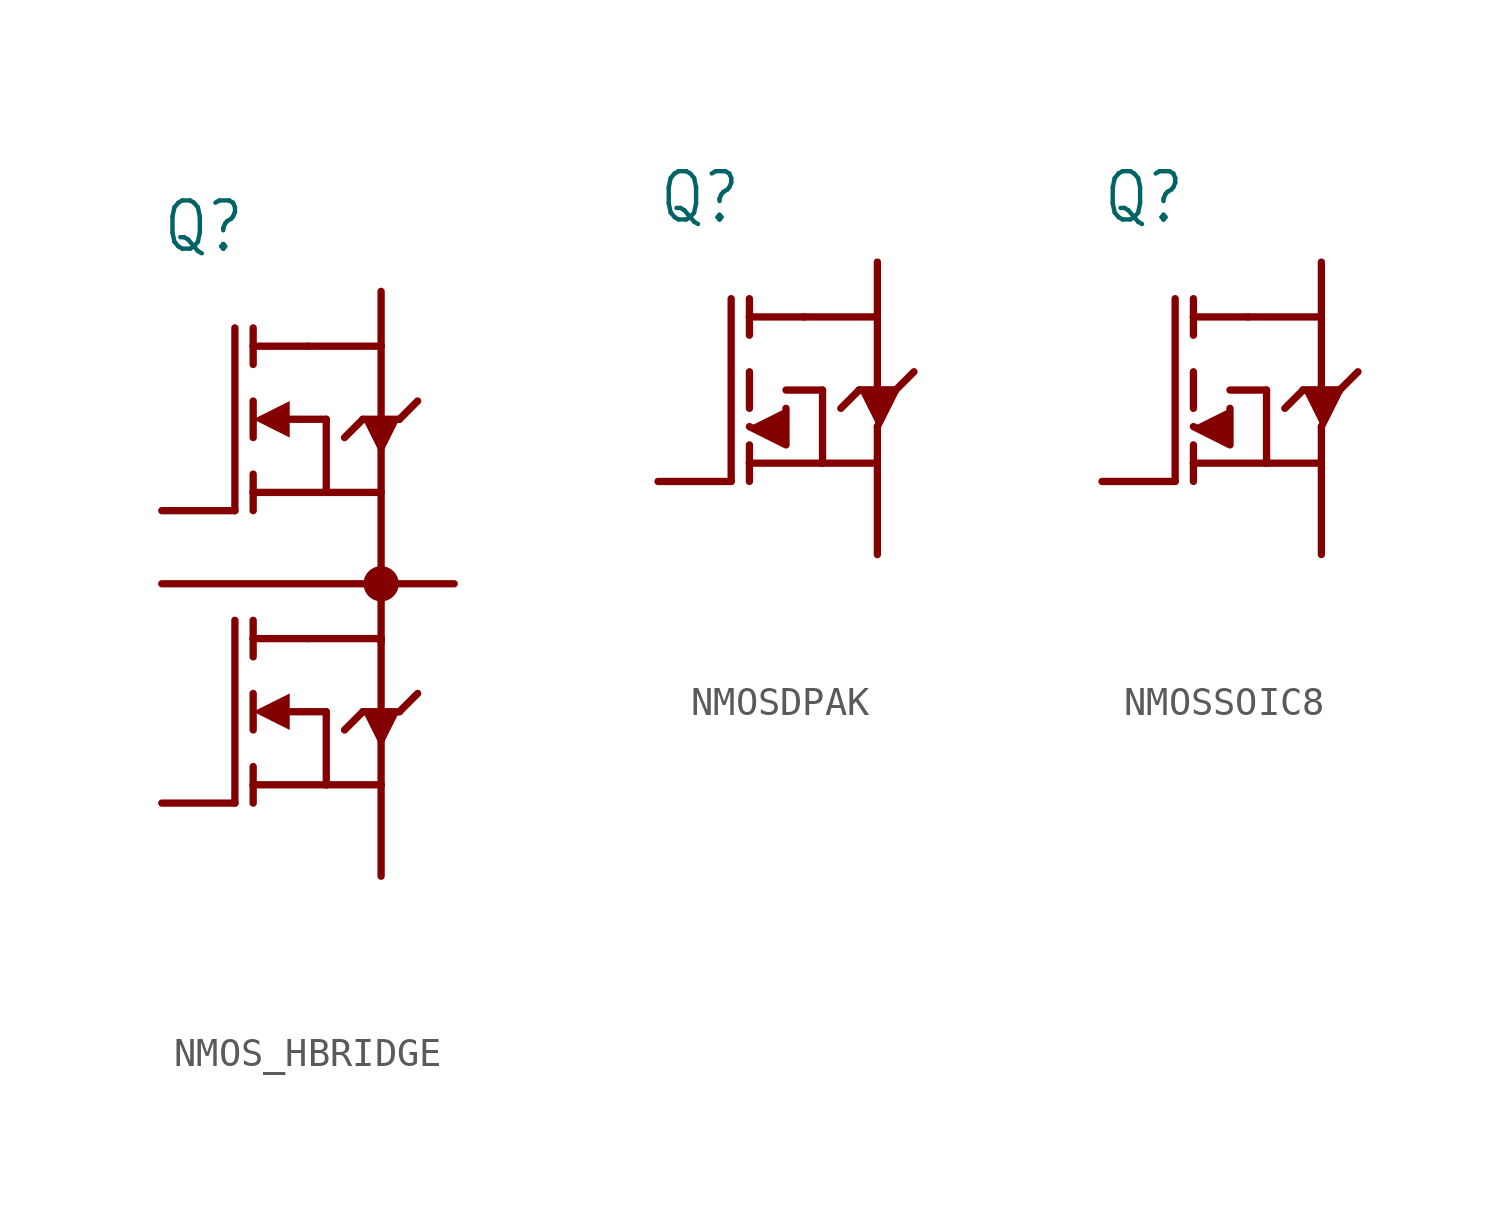
<source format=kicad_sym>
(kicad_symbol_lib
  (version 20241209)
  (generator "kicad_symbol_editor")
  (generator_version "9.0")
  (symbol "NMOS_HBRIDGE"
    (property "Reference" "Q"
      (at -7.62 11.43 0)
      (effects (font (size 1.676 1.425)) (justify left bottom)))
    (property "Value" ""
      (at -7.62 -12.7 0)
      (effects (font (size 1.676 1.425)) (justify left bottom)))
    (property "ki_locked" ""
      (at 0 0 0)
      (effects (font (size 1.27 1.27))))
    (symbol "NMOS_HBRIDGE_1_0"
      (polyline (pts (xy -7.62 0) (xy 2.54 0)) (stroke (width 0.254) (type solid)) (fill (type none)))
      (polyline (pts (xy -5.08 8.89) (xy -5.08 2.54)) (stroke (width 0.254) (type solid)) (fill (type none)))
      (polyline (pts (xy -5.08 2.54) (xy -7.62 2.54)) (stroke (width 0.254) (type solid)) (fill (type none)))
      (polyline (pts (xy -5.08 -1.27) (xy -5.08 -7.62)) (stroke (width 0.254) (type solid)) (fill (type none)))
      (polyline (pts (xy -5.08 -7.62) (xy -7.62 -7.62)) (stroke (width 0.254) (type solid)) (fill (type none)))
      (polyline (pts (xy -4.445 8.89) (xy -4.445 8.255)) (stroke (width 0.254) (type solid)) (fill (type none)))
      (polyline (pts (xy -4.445 8.255) (xy -4.445 7.62)) (stroke (width 0.254) (type solid)) (fill (type none)))
      (polyline (pts (xy -4.445 8.255) (xy -2.54 8.255)) (stroke (width 0.254) (type solid)) (fill (type none)))
      (polyline (pts (xy -4.445 6.35) (xy -4.445 5.08)) (stroke (width 0.254) (type solid)) (fill (type none)))
      (polyline (pts (xy -4.445 5.715) (xy -3.175 5.08) (xy -3.175 6.35)) (stroke (width -0.0001) (type solid)) (fill (type outline)))
      (polyline (pts (xy -4.445 3.81) (xy -4.445 3.175)) (stroke (width 0.254) (type solid)) (fill (type none)))
      (polyline (pts (xy -4.445 3.175) (xy -4.445 2.54)) (stroke (width 0.254) (type solid)) (fill (type none)))
      (polyline (pts (xy -4.445 -1.27) (xy -4.445 -1.905)) (stroke (width 0.254) (type solid)) (fill (type none)))
      (polyline (pts (xy -4.445 -1.905) (xy -4.445 -2.54)) (stroke (width 0.254) (type solid)) (fill (type none)))
      (polyline (pts (xy -4.445 -1.905) (xy -2.54 -1.905)) (stroke (width 0.254) (type solid)) (fill (type none)))
      (polyline (pts (xy -4.445 -3.81) (xy -4.445 -5.08)) (stroke (width 0.254) (type solid)) (fill (type none)))
      (polyline (pts (xy -4.445 -4.445) (xy -3.175 -5.08) (xy -3.175 -3.81)) (stroke (width -0.0001) (type solid)) (fill (type outline)))
      (polyline (pts (xy -4.445 -6.35) (xy -4.445 -6.985)) (stroke (width 0.254) (type solid)) (fill (type none)))
      (polyline (pts (xy -4.445 -6.985) (xy -4.445 -7.62)) (stroke (width 0.254) (type solid)) (fill (type none)))
      (polyline (pts (xy -3.175 5.715) (xy -1.905 5.715)) (stroke (width 0.254) (type solid)) (fill (type none)))
      (polyline (pts (xy -3.175 -4.445) (xy -1.905 -4.445)) (stroke (width 0.254) (type solid)) (fill (type none)))
      (polyline (pts (xy -1.905 5.715) (xy -1.905 3.175)) (stroke (width 0.254) (type solid)) (fill (type none)))
      (polyline (pts (xy -1.905 3.175) (xy -4.445 3.175)) (stroke (width 0.254) (type solid)) (fill (type none)))
      (polyline (pts (xy -1.905 3.175) (xy 0 3.175)) (stroke (width 0.254) (type solid)) (fill (type none)))
      (polyline (pts (xy -1.905 -4.445) (xy -1.905 -6.985)) (stroke (width 0.254) (type solid)) (fill (type none)))
      (polyline (pts (xy -1.905 -6.985) (xy -4.445 -6.985)) (stroke (width 0.254) (type solid)) (fill (type none)))
      (polyline (pts (xy -1.905 -6.985) (xy 0 -6.985)) (stroke (width 0.254) (type solid)) (fill (type none)))
      (polyline (pts (xy -1.27 5.08) (xy -0.635 5.715)) (stroke (width 0.254) (type solid)) (fill (type none)))
      (polyline (pts (xy -1.27 -5.08) (xy -0.635 -4.445)) (stroke (width 0.254) (type solid)) (fill (type none)))
      (polyline (pts (xy -0.635 5.715) (xy 0 5.715)) (stroke (width 0.254) (type solid)) (fill (type none)))
      (polyline (pts (xy -0.635 -4.445) (xy 0 -4.445)) (stroke (width 0.254) (type solid)) (fill (type none)))
      (polyline (pts (xy 0 8.255) (xy -2.54 8.255)) (stroke (width 0.254) (type solid)) (fill (type none)))
      (polyline (pts (xy 0 8.255) (xy 0 10.16)) (stroke (width 0.254) (type solid)) (fill (type none)))
      (polyline (pts (xy 0 5.715) (xy 0 8.255)) (stroke (width 0.254) (type solid)) (fill (type none)))
      (polyline (pts (xy 0 5.715) (xy 0.635 5.715)) (stroke (width 0.254) (type solid)) (fill (type none)))
      (polyline (pts (xy 0 4.445) (xy 0.635 5.715) (xy -0.635 5.715)) (stroke (width -0.0001) (type solid)) (fill (type outline)))
      (polyline (pts (xy 0 3.175) (xy 0 5.08)) (stroke (width 0.254) (type solid)) (fill (type none)))
      (polyline (pts (xy 0 3.175) (xy 0 -2.032)) (stroke (width 0.254) (type solid)) (fill (type none)))
      (circle (center 0 0) (radius 0.359) (stroke (width 0.508) (type solid)) (fill (type none)))
      (polyline (pts (xy 0 -1.905) (xy -2.54 -1.905)) (stroke (width 0.254) (type solid)) (fill (type none)))
      (polyline (pts (xy 0 -4.445) (xy 0 -1.905)) (stroke (width 0.254) (type solid)) (fill (type none)))
      (polyline (pts (xy 0 -4.445) (xy 0.635 -4.445)) (stroke (width 0.254) (type solid)) (fill (type none)))
      (polyline (pts (xy 0 -5.715) (xy 0.635 -4.445) (xy -0.635 -4.445)) (stroke (width -0.0001) (type solid)) (fill (type outline)))
      (polyline (pts (xy 0 -6.985) (xy 0 -5.08)) (stroke (width 0.254) (type solid)) (fill (type none)))
      (polyline (pts (xy 0 -6.985) (xy 0 -10.16)) (stroke (width 0.254) (type solid)) (fill (type none)))
      (polyline (pts (xy 0.635 5.715) (xy 1.27 6.35)) (stroke (width 0.254) (type solid)) (fill (type none)))
      (polyline (pts (xy 0.635 -4.445) (xy 1.27 -3.81)) (stroke (width 0.254) (type solid)) (fill (type none)))
      (pin passive line (at -7.62 2.54 180) (length 0) (name "G1" (effects (font (size 0 0)))) (number "1" (effects (font (size 0 0)))))
      (pin passive line (at -7.62 0 0) (length 0) (name "GR" (effects (font (size 0 0)))) (number "2" (effects (font (size 0 0)))))
      (pin passive line (at -7.62 -7.62 180) (length 0) (name "G2" (effects (font (size 0 0)))) (number "8" (effects (font (size 0 0)))))
      (pin passive line (at 0 10.16 0) (length 0) (name "D1" (effects (font (size 0 0)))) (number "3" (effects (font (size 0 0)))))
      (pin passive line (at 0 10.16 0) (length 0) (name "D1" (effects (font (size 0 0)))) (number "4" (effects (font (size 0 0)))))
      (pin passive line (at 0 10.16 0) (length 0) (name "D1" (effects (font (size 0 0)))) (number "D1" (effects (font (size 0 0)))))
      (pin passive line (at 0 -10.16 0) (length 0) (name "S2" (effects (font (size 0 0)))) (number "S2" (effects (font (size 0 0)))))
      (pin passive line (at 2.54 0 0) (length 0) (name "S1/D2" (effects (font (size 0 0)))) (number "5" (effects (font (size 0 0)))))
      (pin passive line (at 2.54 0 0) (length 0) (name "S1/D2" (effects (font (size 0 0)))) (number "6" (effects (font (size 0 0)))))
      (pin passive line (at 2.54 0 0) (length 0) (name "S1/D2" (effects (font (size 0 0)))) (number "7" (effects (font (size 0 0)))))))
  (symbol "NMOSDPAK"
    (property "Reference" "Q"
      (at -7.62 6.35 0)
      (effects (font (size 1.676 1.425)) (justify left bottom)))
    (property "Value" ""
      (at -7.62 -7.62 0)
      (effects (font (size 1.676 1.425)) (justify left bottom)))
    (property "ki_locked" ""
      (at 0 0 0)
      (effects (font (size 1.27 1.27))))
    (symbol "NMOSDPAK_1_0"
      (polyline (pts (xy -5.08 3.81) (xy -5.08 -2.54)) (stroke (width 0.254) (type solid)) (fill (type none)))
      (polyline (pts (xy -5.08 -2.54) (xy -7.62 -2.54)) (stroke (width 0.254) (type solid)) (fill (type none)))
      (polyline (pts (xy -4.445 3.81) (xy -4.445 3.175)) (stroke (width 0.254) (type solid)) (fill (type none)))
      (polyline (pts (xy -4.445 3.175) (xy -4.445 2.54)) (stroke (width 0.254) (type solid)) (fill (type none)))
      (polyline (pts (xy -4.445 3.175) (xy -2.54 3.175)) (stroke (width 0.254) (type solid)) (fill (type none)))
      (polyline (pts (xy -4.445 1.27) (xy -4.445 0)) (stroke (width 0.254) (type solid)) (fill (type none)))
      (polyline (pts (xy -4.445 -0.635) (xy -3.175 -1.27) (xy -3.175 0)) (stroke (width 0.254) (type solid)) (fill (type outline)))
      (polyline (pts (xy -4.445 -1.27) (xy -4.445 -1.905)) (stroke (width 0.254) (type solid)) (fill (type none)))
      (polyline (pts (xy -4.445 -1.905) (xy -4.445 -2.54)) (stroke (width 0.254) (type solid)) (fill (type none)))
      (polyline (pts (xy -3.175 0.635) (xy -1.905 0.635)) (stroke (width 0.254) (type solid)) (fill (type none)))
      (polyline (pts (xy -1.905 0.635) (xy -1.905 -1.905)) (stroke (width 0.254) (type solid)) (fill (type none)))
      (polyline (pts (xy -1.905 -1.905) (xy -4.445 -1.905)) (stroke (width 0.254) (type solid)) (fill (type none)))
      (polyline (pts (xy -1.905 -1.905) (xy 0 -1.905)) (stroke (width 0.254) (type solid)) (fill (type none)))
      (polyline (pts (xy -1.27 0) (xy -0.635 0.635)) (stroke (width 0.254) (type solid)) (fill (type none)))
      (polyline (pts (xy -0.635 0.635) (xy 0 0.635)) (stroke (width 0.254) (type solid)) (fill (type none)))
      (polyline (pts (xy 0 3.175) (xy -2.54 3.175)) (stroke (width 0.254) (type solid)) (fill (type none)))
      (polyline (pts (xy 0 3.175) (xy 0 5.08)) (stroke (width 0.254) (type solid)) (fill (type none)))
      (polyline (pts (xy 0 0.635) (xy 0 3.175)) (stroke (width 0.254) (type solid)) (fill (type none)))
      (polyline (pts (xy 0 0.635) (xy 0.635 0.635)) (stroke (width 0.254) (type solid)) (fill (type none)))
      (polyline (pts (xy 0 -0.635) (xy 0.635 0.635) (xy -0.635 0.635)) (stroke (width 0.254) (type solid)) (fill (type outline)))
      (polyline (pts (xy 0 -1.905) (xy 0 -0.635)) (stroke (width 0.254) (type solid)) (fill (type none)))
      (polyline (pts (xy 0 -1.905) (xy 0 -5.08)) (stroke (width 0.254) (type solid)) (fill (type none)))
      (polyline (pts (xy 0.635 0.635) (xy 1.27 1.27)) (stroke (width 0.254) (type solid)) (fill (type none)))
      (pin passive line (at -7.62 -2.54 180) (length 0) (name "G" (effects (font (size 0 0)))) (number "1" (effects (font (size 0 0)))))
      (pin passive line (at 0 5.08 0) (length 0) (name "D" (effects (font (size 0 0)))) (number "4" (effects (font (size 0 0)))))
      (pin passive line (at 0 -5.08 0) (length 0) (name "S" (effects (font (size 0 0)))) (number "3" (effects (font (size 0 0)))))))
  (symbol "NMOSSOIC8"
    (property "Reference" "Q"
      (at -7.62 6.35 0)
      (effects (font (size 1.676 1.425)) (justify left bottom)))
    (property "Value" ""
      (at -7.62 -7.62 0)
      (effects (font (size 1.676 1.425)) (justify left bottom)))
    (property "ki_locked" ""
      (at 0 0 0)
      (effects (font (size 1.27 1.27))))
    (symbol "NMOSSOIC8_1_0"
      (polyline (pts (xy -5.08 3.81) (xy -5.08 -2.54)) (stroke (width 0.254) (type solid)) (fill (type none)))
      (polyline (pts (xy -5.08 -2.54) (xy -7.62 -2.54)) (stroke (width 0.254) (type solid)) (fill (type none)))
      (polyline (pts (xy -4.445 3.81) (xy -4.445 3.175)) (stroke (width 0.254) (type solid)) (fill (type none)))
      (polyline (pts (xy -4.445 3.175) (xy -4.445 2.54)) (stroke (width 0.254) (type solid)) (fill (type none)))
      (polyline (pts (xy -4.445 3.175) (xy -2.54 3.175)) (stroke (width 0.254) (type solid)) (fill (type none)))
      (polyline (pts (xy -4.445 1.27) (xy -4.445 0)) (stroke (width 0.254) (type solid)) (fill (type none)))
      (polyline (pts (xy -4.445 -0.635) (xy -3.175 -1.27) (xy -3.175 0)) (stroke (width 0.254) (type solid)) (fill (type outline)))
      (polyline (pts (xy -4.445 -1.27) (xy -4.445 -1.905)) (stroke (width 0.254) (type solid)) (fill (type none)))
      (polyline (pts (xy -4.445 -1.905) (xy -4.445 -2.54)) (stroke (width 0.254) (type solid)) (fill (type none)))
      (polyline (pts (xy -3.175 0.635) (xy -1.905 0.635)) (stroke (width 0.254) (type solid)) (fill (type none)))
      (polyline (pts (xy -1.905 0.635) (xy -1.905 -1.905)) (stroke (width 0.254) (type solid)) (fill (type none)))
      (polyline (pts (xy -1.905 -1.905) (xy -4.445 -1.905)) (stroke (width 0.254) (type solid)) (fill (type none)))
      (polyline (pts (xy -1.905 -1.905) (xy 0 -1.905)) (stroke (width 0.254) (type solid)) (fill (type none)))
      (polyline (pts (xy -1.27 0) (xy -0.635 0.635)) (stroke (width 0.254) (type solid)) (fill (type none)))
      (polyline (pts (xy -0.635 0.635) (xy 0 0.635)) (stroke (width 0.254) (type solid)) (fill (type none)))
      (polyline (pts (xy 0 3.175) (xy -2.54 3.175)) (stroke (width 0.254) (type solid)) (fill (type none)))
      (polyline (pts (xy 0 3.175) (xy 0 5.08)) (stroke (width 0.254) (type solid)) (fill (type none)))
      (polyline (pts (xy 0 0.635) (xy 0 3.175)) (stroke (width 0.254) (type solid)) (fill (type none)))
      (polyline (pts (xy 0 0.635) (xy 0.635 0.635)) (stroke (width 0.254) (type solid)) (fill (type none)))
      (polyline (pts (xy 0 -0.635) (xy 0.635 0.635) (xy -0.635 0.635)) (stroke (width 0.254) (type solid)) (fill (type outline)))
      (polyline (pts (xy 0 -1.905) (xy 0 -0.635)) (stroke (width 0.254) (type solid)) (fill (type none)))
      (polyline (pts (xy 0 -1.905) (xy 0 -5.08)) (stroke (width 0.254) (type solid)) (fill (type none)))
      (polyline (pts (xy 0.635 0.635) (xy 1.27 1.27)) (stroke (width 0.254) (type solid)) (fill (type none)))
      (pin passive line (at -7.62 -2.54 180) (length 0) (name "G" (effects (font (size 0 0)))) (number "4" (effects (font (size 0 0)))))
      (pin passive line (at 0 5.08 0) (length 0) (name "D" (effects (font (size 0 0)))) (number "5" (effects (font (size 0 0)))))
      (pin passive line (at 0 5.08 0) (length 0) (name "D" (effects (font (size 0 0)))) (number "6" (effects (font (size 0 0)))))
      (pin passive line (at 0 5.08 0) (length 0) (name "D" (effects (font (size 0 0)))) (number "7" (effects (font (size 0 0)))))
      (pin passive line (at 0 5.08 0) (length 0) (name "D" (effects (font (size 0 0)))) (number "8" (effects (font (size 0 0)))))
      (pin passive line (at 0 -5.08 0) (length 0) (name "S" (effects (font (size 0 0)))) (number "1" (effects (font (size 0 0)))))
      (pin passive line (at 0 -5.08 0) (length 0) (name "S" (effects (font (size 0 0)))) (number "2" (effects (font (size 0 0)))))
      (pin passive line (at 0 -5.08 0) (length 0) (name "S" (effects (font (size 0 0)))) (number "3" (effects (font (size 0 0))))))))
</source>
